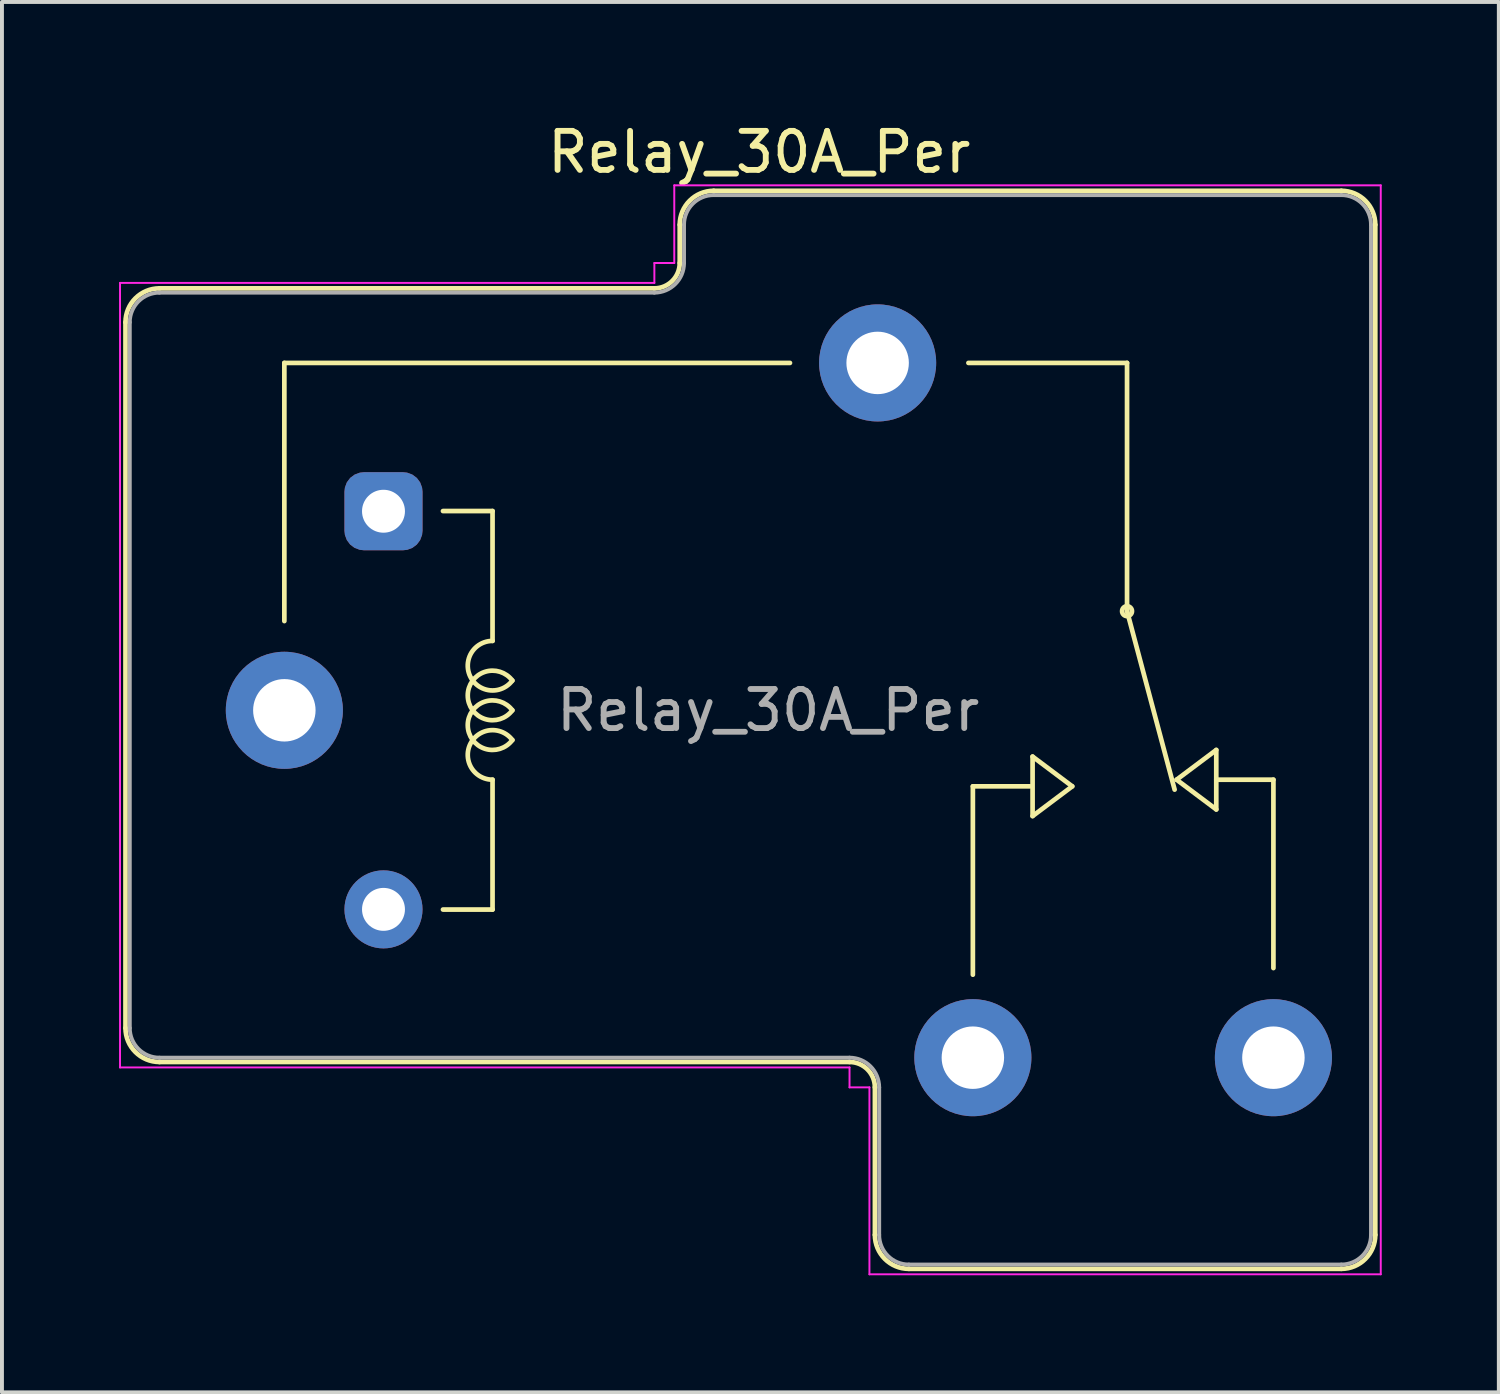
<source format=kicad_pcb>
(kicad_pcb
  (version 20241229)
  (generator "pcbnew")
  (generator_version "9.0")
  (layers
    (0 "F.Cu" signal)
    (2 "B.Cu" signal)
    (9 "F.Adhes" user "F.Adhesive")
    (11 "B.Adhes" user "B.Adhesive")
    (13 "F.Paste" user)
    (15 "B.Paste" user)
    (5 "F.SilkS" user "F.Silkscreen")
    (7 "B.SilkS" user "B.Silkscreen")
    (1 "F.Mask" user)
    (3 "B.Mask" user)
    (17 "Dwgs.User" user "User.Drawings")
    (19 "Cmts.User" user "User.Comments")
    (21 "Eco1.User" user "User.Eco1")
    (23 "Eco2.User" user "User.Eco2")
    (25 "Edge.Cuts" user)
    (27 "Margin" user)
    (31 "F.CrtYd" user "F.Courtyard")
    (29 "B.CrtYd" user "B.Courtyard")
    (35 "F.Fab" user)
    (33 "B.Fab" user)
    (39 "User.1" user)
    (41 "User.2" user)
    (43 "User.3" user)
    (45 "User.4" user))
  (footprint "Relay_30A_Per"
    (layer "F.Cu")
    (at 4.235 15.148)
    (property "Reference" "Relay_30A_Per" (at 12.167 -14.3 180) (layer "F.SilkS") (effects (font (size 1 1) (thickness 0.15))))
    (attr through_hole)
    (fp_line (start -4.07 -9.94) (end -4.07 8.14) (stroke (width 0.12) (type solid)) (layer "F.SilkS"))
    (fp_line (start -3.2 -10.81) (end 9.48 -10.81) (stroke (width 0.12) (type solid)) (layer "F.SilkS"))
    (fp_line (start -3.2 9.01) (end 14.48 9.01) (stroke (width 0.12) (type solid)) (layer "F.SilkS"))
    (fp_line (start 0 -8.9) (end 0 -2.286) (stroke (width 0.12) (type solid)) (layer "F.SilkS"))
    (fp_line (start 0 -8.9) (end 12.954 -8.9) (stroke (width 0.12) (type solid)) (layer "F.SilkS"))
    (fp_line (start 4.064 -5.105) (end 5.334 -5.105) (stroke (width 0.12) (type solid)) (layer "F.SilkS"))
    (fp_line (start 5.334 -1.778) (end 5.334 -5.105) (stroke (width 0.12) (type solid)) (layer "F.SilkS"))
    (fp_line (start 5.334 5.105) (end 4.064 5.105) (stroke (width 0.12) (type solid)) (layer "F.SilkS"))
    (fp_line (start 5.334 5.105) (end 5.334 1.778) (stroke (width 0.12) (type solid)) (layer "F.SilkS"))
    (fp_line (start 10.13 -12.44) (end 10.13 -11.46) (stroke (width 0.12) (type solid)) (layer "F.SilkS"))
    (fp_line (start 11 -13.31) (end 27.08 -13.31) (stroke (width 0.12) (type solid)) (layer "F.SilkS"))
    (fp_line (start 15.13 9.66) (end 15.13 13.44) (stroke (width 0.12) (type solid)) (layer "F.SilkS"))
    (fp_line (start 16 14.31) (end 27.08 14.31) (stroke (width 0.12) (type solid)) (layer "F.SilkS"))
    (fp_line (start 17.64 1.948) (end 17.64 6.774) (stroke (width 0.12) (type solid)) (layer "F.SilkS"))
    (fp_line (start 19.104 1.948) (end 17.64 1.948) (stroke (width 0.12) (type solid)) (layer "F.SilkS"))
    (fp_line (start 19.17 2.71) (end 19.17 1.186) (stroke (width 0.12) (type solid)) (layer "F.SilkS"))
    (fp_line (start 19.17 2.71) (end 20.186 1.948) (stroke (width 0.12) (type solid)) (layer "F.SilkS"))
    (fp_line (start 20.186 1.948) (end 19.17 1.186) (stroke (width 0.12) (type solid)) (layer "F.SilkS"))
    (fp_line (start 21.59 -8.9) (end 17.526 -8.9) (stroke (width 0.12) (type solid)) (layer "F.SilkS"))
    (fp_line (start 21.59 -2.54) (end 21.59 -8.9) (stroke (width 0.12) (type solid)) (layer "F.SilkS"))
    (fp_line (start 21.59 -2.54) (end 22.809 2.032) (stroke (width 0.12) (type solid)) (layer "F.SilkS"))
    (fp_line (start 22.86 1.778) (end 23.876 1.016) (stroke (width 0.12) (type solid)) (layer "F.SilkS"))
    (fp_line (start 23.876 1.778) (end 25.34 1.778) (stroke (width 0.12) (type solid)) (layer "F.SilkS"))
    (fp_line (start 23.876 2.54) (end 22.86 1.778) (stroke (width 0.12) (type solid)) (layer "F.SilkS"))
    (fp_line (start 23.876 2.54) (end 23.876 1.016) (stroke (width 0.12) (type solid)) (layer "F.SilkS"))
    (fp_line (start 25.34 1.778) (end 25.34 6.604) (stroke (width 0.12) (type solid)) (layer "F.SilkS"))
    (fp_line (start 27.95 -12.44) (end 27.95 13.44) (stroke (width 0.12) (type solid)) (layer "F.SilkS"))
    (fp_arc (start -4.07 -9.94) (mid -3.815183 -10.555183) (end -3.2 -10.81) (stroke (width 0.12) (type solid)) (layer "F.SilkS"))
    (fp_arc (start -3.2 9.01) (mid -3.815183 8.755183) (end -4.07 8.14) (stroke (width 0.12) (type solid)) (layer "F.SilkS"))
    (fp_arc (start 5.334002 1.777997) (mid 4.765966 0.859171) (end 5.841802 0.76173) (stroke (width 0.12) (type solid)) (layer "F.SilkS"))
    (fp_arc (start 5.8418 -0.761733) (mid 4.765964 -0.859168) (end 5.334 -1.778) (stroke (width 0.12) (type solid)) (layer "F.SilkS"))
    (fp_arc (start 5.842265 -0.000355) (mid 4.699001 -0.380778) (end 5.842 -0.762001) (stroke (width 0.12) (type solid)) (layer "F.SilkS"))
    (fp_arc (start 5.842266 0.761644) (mid 4.699001 0.381223) (end 5.842001 -0.000002) (stroke (width 0.12) (type solid)) (layer "F.SilkS"))
    (fp_arc (start 10.13 -12.44) (mid 10.384817 -13.055183) (end 11 -13.31) (stroke (width 0.12) (type solid)) (layer "F.SilkS"))
    (fp_arc (start 10.13 -11.46) (mid 9.939619 -11.000381) (end 9.48 -10.81) (stroke (width 0.12) (type solid)) (layer "F.SilkS"))
    (fp_arc (start 14.48 9.01) (mid 14.939619 9.200381) (end 15.13 9.66) (stroke (width 0.12) (type solid)) (layer "F.SilkS"))
    (fp_arc (start 16 14.31) (mid 15.384817 14.055183) (end 15.13 13.44) (stroke (width 0.12) (type solid)) (layer "F.SilkS"))
    (fp_arc (start 27.08 -13.31) (mid 27.695183 -13.055183) (end 27.95 -12.44) (stroke (width 0.12) (type solid)) (layer "F.SilkS"))
    (fp_arc (start 27.95 13.44) (mid 27.695183 14.055183) (end 27.08 14.31) (stroke (width 0.12) (type solid)) (layer "F.SilkS"))
    (fp_circle (center 21.59 -2.54) (end 21.59 -2.413) (stroke (width 0.12) (type solid)) (fill no) (layer "F.SilkS"))
    (fp_line (start -4.21 -10.95) (end -4.21 9.15) (stroke (width 0.05) (type solid)) (layer "F.CrtYd"))
    (fp_line (start -4.21 -10.95) (end 9.48 -10.95) (stroke (width 0.05) (type solid)) (layer "F.CrtYd"))
    (fp_line (start -4.21 9.15) (end 14.48 9.15) (stroke (width 0.05) (type solid)) (layer "F.CrtYd"))
    (fp_line (start 9.48 -11.46) (end 9.48 -10.95) (stroke (width 0.05) (type solid)) (layer "F.CrtYd"))
    (fp_line (start 9.48 -11.46) (end 9.99 -11.46) (stroke (width 0.05) (type solid)) (layer "F.CrtYd"))
    (fp_line (start 9.99 -13.45) (end 9.99 -11.46) (stroke (width 0.05) (type solid)) (layer "F.CrtYd"))
    (fp_line (start 9.99 -13.45) (end 28.09 -13.45) (stroke (width 0.05) (type solid)) (layer "F.CrtYd"))
    (fp_line (start 14.48 9.15) (end 14.48 9.66) (stroke (width 0.05) (type solid)) (layer "F.CrtYd"))
    (fp_line (start 14.48 9.66) (end 14.99 9.66) (stroke (width 0.05) (type solid)) (layer "F.CrtYd"))
    (fp_line (start 14.99 9.66) (end 14.99 14.45) (stroke (width 0.05) (type solid)) (layer "F.CrtYd"))
    (fp_line (start 14.99 14.45) (end 28.09 14.45) (stroke (width 0.05) (type solid)) (layer "F.CrtYd"))
    (fp_line (start 28.09 -13.45) (end 28.09 14.45) (stroke (width 0.05) (type solid)) (layer "F.CrtYd"))
    (fp_line (start -3.96 -9.94) (end -3.96 8.14) (stroke (width 0.1) (type solid)) (layer "F.Fab"))
    (fp_line (start -3.2 -10.7) (end 9.48 -10.7) (stroke (width 0.1) (type solid)) (layer "F.Fab"))
    (fp_line (start -3.2 8.9) (end 14.48 8.9) (stroke (width 0.1) (type solid)) (layer "F.Fab"))
    (fp_line (start 10.24 -12.44) (end 10.24 -11.46) (stroke (width 0.1) (type solid)) (layer "F.Fab"))
    (fp_line (start 11 -13.2) (end 27.08 -13.2) (stroke (width 0.1) (type solid)) (layer "F.Fab"))
    (fp_line (start 15.24 9.66) (end 15.24 13.44) (stroke (width 0.1) (type solid)) (layer "F.Fab"))
    (fp_line (start 16 14.2) (end 27.08 14.2) (stroke (width 0.1) (type solid)) (layer "F.Fab"))
    (fp_line (start 27.84 -12.44) (end 27.84 13.44) (stroke (width 0.1) (type solid)) (layer "F.Fab"))
    (fp_arc (start -3.96 -9.94) (mid -3.737401 -10.477401) (end -3.2 -10.7) (stroke (width 0.1) (type solid)) (layer "F.Fab"))
    (fp_arc (start -3.2 8.9) (mid -3.737401 8.677401) (end -3.96 8.14) (stroke (width 0.1) (type solid)) (layer "F.Fab"))
    (fp_arc (start 10.24 -12.44) (mid 10.462599 -12.977401) (end 11 -13.2) (stroke (width 0.1) (type solid)) (layer "F.Fab"))
    (fp_arc (start 10.24 -11.46) (mid 10.017401 -10.922599) (end 9.48 -10.7) (stroke (width 0.1) (type solid)) (layer "F.Fab"))
    (fp_arc (start 14.48 8.9) (mid 15.017401 9.122599) (end 15.24 9.66) (stroke (width 0.1) (type solid)) (layer "F.Fab"))
    (fp_arc (start 16 14.2) (mid 15.462599 13.977401) (end 15.24 13.44) (stroke (width 0.1) (type solid)) (layer "F.Fab"))
    (fp_arc (start 27.08 -13.2) (mid 27.617401 -12.977401) (end 27.84 -12.44) (stroke (width 0.1) (type solid)) (layer "F.Fab"))
    (fp_arc (start 27.84 13.44) (mid 27.617401 13.977401) (end 27.08 14.2) (stroke (width 0.1) (type solid)) (layer "F.Fab"))
    (fp_text user "${REFERENCE}" (at 12.395 0 180) (layer "F.Fab") (effects (font (size 1 1) (thickness 0.15))))
    (pad "11" thru_hole circle (at 0 0 180) (size 3 3) (drill 1.6) (layers "*.Cu" "*.Mask"))
    (pad "11" thru_hole circle (at 15.2 -8.9 180) (size 3 3) (drill 1.6) (layers "*.Cu" "*.Mask"))
    (pad "12" thru_hole circle (at 25.34 8.9 180) (size 3 3) (drill 1.6) (layers "*.Cu" "*.Mask"))
    (pad "14" thru_hole circle (at 17.64 8.9 180) (size 3 3) (drill 1.6) (layers "*.Cu" "*.Mask"))
    (pad "A1" thru_hole roundrect (at 2.54 -5.1 180) (size 2 2) (drill 1.1) (layers "*.Cu" "*.Mask") (roundrect_rratio 0.25))
    (pad "A2" thru_hole circle (at 2.54 5.1 180) (size 2 2) (drill 1.1) (layers "*.Cu" "*.Mask")))
  (gr_rect
    (start -3 -3)
    (end 35.35 32.623)
    (stroke (width 0.1) (type default))
    (fill no)
    (layer "Edge.Cuts")))
</source>
